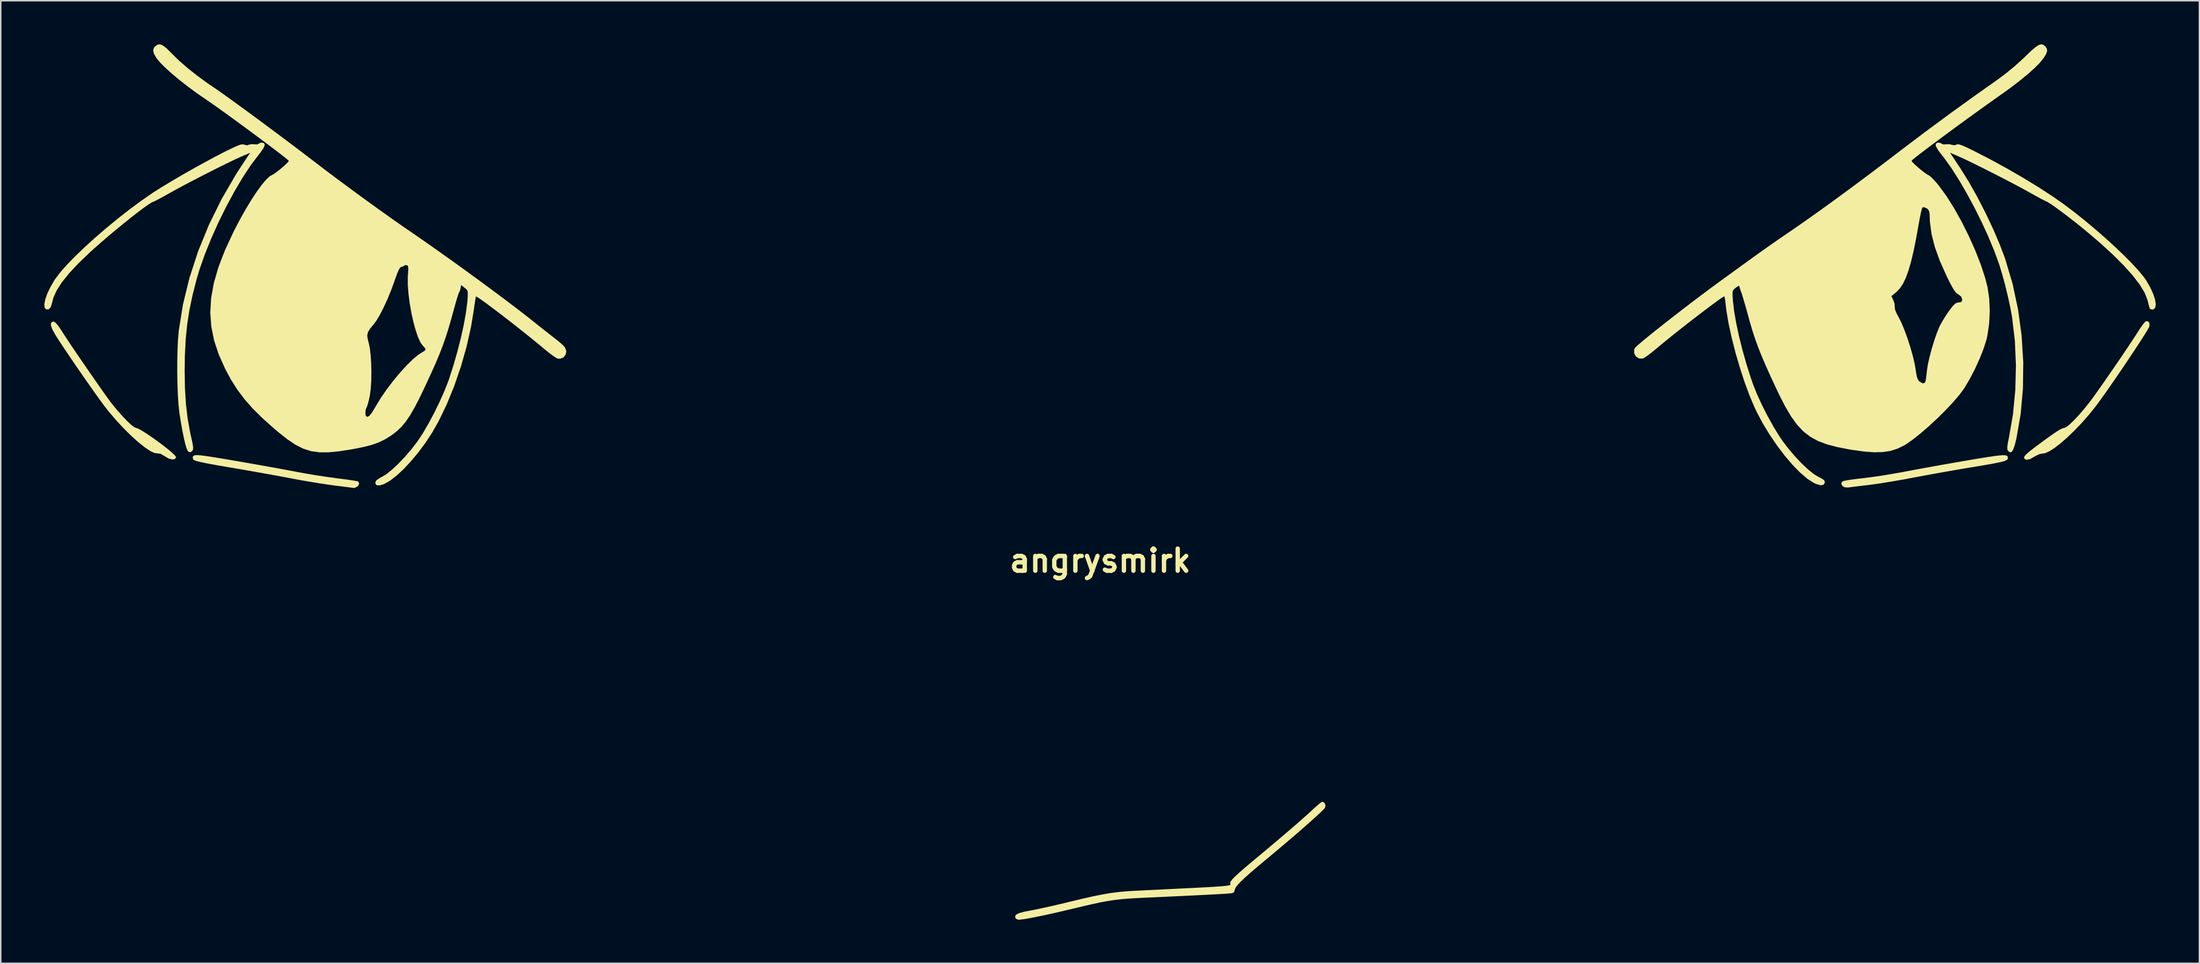
<source format=kicad_pcb>
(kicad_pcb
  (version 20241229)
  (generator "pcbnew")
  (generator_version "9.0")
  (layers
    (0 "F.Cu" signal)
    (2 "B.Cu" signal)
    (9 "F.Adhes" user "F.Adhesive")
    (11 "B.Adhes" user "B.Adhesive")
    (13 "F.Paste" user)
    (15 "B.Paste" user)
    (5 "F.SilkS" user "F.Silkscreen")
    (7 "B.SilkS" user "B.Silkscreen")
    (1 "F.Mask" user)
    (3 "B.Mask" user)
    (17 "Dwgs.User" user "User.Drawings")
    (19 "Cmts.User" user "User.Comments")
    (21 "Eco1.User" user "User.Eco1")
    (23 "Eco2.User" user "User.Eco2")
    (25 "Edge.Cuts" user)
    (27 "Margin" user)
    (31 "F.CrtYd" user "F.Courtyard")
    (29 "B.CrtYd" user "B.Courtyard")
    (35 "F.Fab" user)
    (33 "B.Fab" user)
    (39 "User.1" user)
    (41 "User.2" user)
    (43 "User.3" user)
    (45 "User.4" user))
  (footprint "angrysmirk"
    (layer "F.Cu")
    (at 72.628 35.556)
    (property "Reference" "angrysmirk" (at 0 0 0) (layer "F.SilkS") (effects (font (size 1.524 1.524) (thickness 0.3))))
    (attr board_only exclude_from_pos_files exclude_from_bom)
    (fp_poly (pts (xy -61.856 -7.252) (xy -61.525 -7.209) (xy -61.151 -7.152) (xy -60.64 -7.069) (xy -60.021 -6.966) (xy -59.324 -6.847) (xy -58.579 -6.717) (xy -57.815 -6.582) (xy -57.062 -6.448) (xy -56.349 -6.318) (xy -55.707 -6.199) (xy -55.167 -6.096) (xy -54.59 -5.991) (xy -53.92 -5.88) (xy -53.234 -5.775) (xy -52.608 -5.689) (xy -52.507 -5.676) (xy -52.038 -5.616) (xy -51.628 -5.559) (xy -51.307 -5.51) (xy -51.104 -5.473) (xy -51.049 -5.457) (xy -50.972 -5.332) (xy -51.022 -5.178) (xy -51.134 -5.083) (xy -51.275 -5.017) (xy -51.325 -5.005) (xy -51.415 -5.018) (xy -51.642 -5.048) (xy -51.979 -5.091) (xy -52.395 -5.143) (xy -52.626 -5.171) (xy -53.121 -5.239) (xy -53.73 -5.332) (xy -54.402 -5.442) (xy -55.084 -5.561) (xy -55.724 -5.681) (xy -55.727 -5.681) (xy -56.338 -5.797) (xy -57.067 -5.931) (xy -57.865 -6.074) (xy -58.682 -6.218) (xy -59.47 -6.354) (xy -59.927 -6.432) (xy -60.67 -6.559) (xy -61.259 -6.665) (xy -61.708 -6.753) (xy -62.032 -6.826) (xy -62.245 -6.889) (xy -62.361 -6.942) (xy -62.389 -6.969) (xy -62.427 -7.128) (xy -62.372 -7.211) (xy -62.283 -7.259) (xy -62.122 -7.272)) (stroke (width 0) (type solid)) (fill yes) (layer "F.SilkS"))
    (fp_poly (pts (xy 62.237 -7.261) (xy 62.348 -7.238) (xy 62.408 -7.196) (xy 62.434 -7.136) (xy 62.438 -7.071) (xy 62.425 -7.003) (xy 62.375 -6.944) (xy 62.271 -6.887) (xy 62.094 -6.829) (xy 61.828 -6.766) (xy 61.456 -6.692) (xy 60.959 -6.603) (xy 60.32 -6.495) (xy 59.932 -6.431) (xy 59.2 -6.308) (xy 58.386 -6.166) (xy 57.547 -6.018) (xy 56.745 -5.872) (xy 56.037 -5.739) (xy 55.895 -5.712) (xy 55.258 -5.593) (xy 54.595 -5.477) (xy 53.952 -5.371) (xy 53.374 -5.283) (xy 52.908 -5.219) (xy 52.837 -5.211) (xy 52.394 -5.159) (xy 51.996 -5.11) (xy 51.681 -5.071) (xy 51.488 -5.044) (xy 51.469 -5.041) (xy 51.242 -5.053) (xy 51.094 -5.114) (xy 50.99 -5.261) (xy 50.994 -5.359) (xy 51.021 -5.413) (xy 51.072 -5.456) (xy 51.169 -5.494) (xy 51.335 -5.531) (xy 51.592 -5.571) (xy 51.963 -5.62) (xy 52.469 -5.681) (xy 52.742 -5.714) (xy 53.232 -5.778) (xy 53.827 -5.868) (xy 54.467 -5.973) (xy 55.091 -6.083) (xy 55.376 -6.136) (xy 55.934 -6.242) (xy 56.606 -6.366) (xy 57.336 -6.499) (xy 58.071 -6.63) (xy 58.757 -6.75) (xy 58.828 -6.762) (xy 59.699 -6.913) (xy 60.418 -7.034) (xy 60.999 -7.129) (xy 61.457 -7.197) (xy 61.806 -7.241) (xy 62.061 -7.262)) (stroke (width 0) (type solid)) (fill yes) (layer "F.SilkS"))
    (fp_poly (pts (xy -71.858 -16.389) (xy -71.658 -16.155) (xy -71.499 -15.917) (xy -71.285 -15.584) (xy -71.001 -15.154) (xy -70.664 -14.651) (xy -70.29 -14.098) (xy -69.894 -13.519) (xy -69.494 -12.938) (xy -69.105 -12.378) (xy -68.744 -11.862) (xy -68.426 -11.413) (xy -68.169 -11.056) (xy -67.987 -10.814) (xy -67.971 -10.795) (xy -67.601 -10.345) (xy -67.242 -9.94) (xy -66.915 -9.598) (xy -66.638 -9.34) (xy -66.429 -9.183) (xy -66.326 -9.144) (xy -66.179 -9.096) (xy -65.935 -8.963) (xy -65.618 -8.765) (xy -65.256 -8.521) (xy -64.874 -8.249) (xy -64.498 -7.968) (xy -64.153 -7.698) (xy -63.865 -7.457) (xy -63.661 -7.264) (xy -63.565 -7.138) (xy -63.562 -7.116) (xy -63.655 -6.993) (xy -63.845 -6.97) (xy -64.092 -7.043) (xy -64.328 -7.185) (xy -64.627 -7.361) (xy -64.851 -7.388) (xy -65.069 -7.421) (xy -65.375 -7.573) (xy -65.753 -7.83) (xy -66.185 -8.178) (xy -66.656 -8.603) (xy -67.15 -9.091) (xy -67.649 -9.627) (xy -68.138 -10.197) (xy -68.314 -10.414) (xy -68.541 -10.711) (xy -68.843 -11.123) (xy -69.203 -11.626) (xy -69.604 -12.194) (xy -70.027 -12.801) (xy -70.455 -13.422) (xy -70.87 -14.031) (xy -71.254 -14.603) (xy -71.591 -15.113) (xy -71.854 -15.521) (xy -72.073 -15.914) (xy -72.177 -16.207) (xy -72.162 -16.393) (xy -72.029 -16.467) (xy -72.004 -16.468)) (stroke (width 0) (type solid)) (fill yes) (layer "F.SilkS"))
    (fp_poly (pts (xy 72.087 -16.481) (xy 72.178 -16.35) (xy 72.174 -16.135) (xy 72.173 -16.133) (xy 72.111 -16.005) (xy 71.965 -15.757) (xy 71.747 -15.408) (xy 71.47 -14.978) (xy 71.146 -14.485) (xy 70.79 -13.948) (xy 70.413 -13.386) (xy 70.028 -12.819) (xy 69.648 -12.266) (xy 69.285 -11.745) (xy 68.954 -11.275) (xy 68.665 -10.877) (xy 68.478 -10.626) (xy 68.015 -10.049) (xy 67.525 -9.49) (xy 67.024 -8.966) (xy 66.531 -8.492) (xy 66.062 -8.082) (xy 65.634 -7.752) (xy 65.264 -7.518) (xy 64.971 -7.394) (xy 64.84 -7.379) (xy 64.605 -7.337) (xy 64.327 -7.203) (xy 64.274 -7.169) (xy 63.956 -6.991) (xy 63.718 -6.946) (xy 63.599 -6.999) (xy 63.553 -7.08) (xy 63.578 -7.18) (xy 63.69 -7.316) (xy 63.904 -7.506) (xy 64.236 -7.765) (xy 64.456 -7.93) (xy 65.002 -8.333) (xy 65.431 -8.642) (xy 65.759 -8.866) (xy 66.002 -9.018) (xy 66.177 -9.106) (xy 66.299 -9.142) (xy 66.33 -9.144) (xy 66.472 -9.209) (xy 66.695 -9.389) (xy 66.981 -9.664) (xy 67.31 -10.015) (xy 67.661 -10.42) (xy 68.016 -10.861) (xy 68.102 -10.973) (xy 68.329 -11.28) (xy 68.63 -11.701) (xy 68.986 -12.207) (xy 69.378 -12.772) (xy 69.788 -13.367) (xy 70.196 -13.965) (xy 70.582 -14.537) (xy 70.929 -15.057) (xy 71.217 -15.496) (xy 71.396 -15.777) (xy 71.591 -16.075) (xy 71.765 -16.314) (xy 71.893 -16.46) (xy 71.929 -16.487)) (stroke (width 0) (type solid)) (fill yes) (layer "F.SilkS"))
    (fp_poly (pts (xy 15.425 16.665) (xy 15.498 16.828) (xy 15.466 17.009) (xy 15.369 17.124) (xy 15.155 17.335) (xy 14.839 17.628) (xy 14.434 17.992) (xy 13.956 18.414) (xy 13.417 18.882) (xy 12.832 19.383) (xy 12.216 19.904) (xy 11.582 20.434) (xy 11.512 20.492) (xy 10.865 21.032) (xy 10.344 21.479) (xy 9.937 21.842) (xy 9.636 22.131) (xy 9.429 22.355) (xy 9.307 22.524) (xy 9.261 22.648) (xy 9.26 22.667) (xy 9.196 22.837) (xy 9.068 22.894) (xy 8.934 22.908) (xy 8.656 22.929) (xy 8.23 22.955) (xy 7.655 22.986) (xy 6.925 23.023) (xy 6.038 23.067) (xy 4.989 23.117) (xy 3.776 23.173) (xy 3.186 23.2) (xy 2.507 23.233) (xy 1.933 23.267) (xy 1.431 23.309) (xy 0.964 23.363) (xy 0.5 23.435) (xy 0.003 23.528) (xy -0.562 23.65) (xy -1.228 23.804) (xy -1.869 23.958) (xy -2.742 24.165) (xy -3.533 24.343) (xy -4.224 24.491) (xy -4.803 24.605) (xy -5.253 24.683) (xy -5.559 24.719) (xy -5.631 24.722) (xy -5.786 24.657) (xy -5.833 24.589) (xy -5.842 24.456) (xy -5.744 24.345) (xy -5.522 24.248) (xy -5.16 24.156) (xy -4.8 24.088) (xy -4.456 24.022) (xy -3.987 23.923) (xy -3.434 23.8) (xy -2.834 23.662) (xy -2.229 23.517) (xy -2.094 23.484) (xy -1.22 23.274) (xy -0.478 23.107) (xy 0.165 22.977) (xy 0.741 22.881) (xy 1.28 22.811) (xy 1.815 22.762) (xy 2.251 22.736) (xy 2.579 22.72) (xy 3.045 22.696) (xy 3.619 22.668) (xy 4.268 22.636) (xy 4.962 22.602) (xy 5.67 22.567) (xy 5.819 22.56) (xy 6.649 22.518) (xy 7.325 22.483) (xy 7.861 22.451) (xy 8.271 22.423) (xy 8.571 22.396) (xy 8.776 22.37) (xy 8.9 22.342) (xy 8.959 22.312) (xy 8.967 22.278) (xy 8.961 22.265) (xy 8.942 22.19) (xy 8.977 22.09) (xy 9.077 21.953) (xy 9.256 21.765) (xy 9.525 21.515) (xy 9.897 21.19) (xy 10.383 20.778) (xy 10.639 20.564) (xy 11.519 19.828) (xy 12.278 19.188) (xy 12.929 18.633) (xy 13.484 18.155) (xy 13.955 17.741) (xy 14.353 17.383) (xy 14.586 17.167) (xy 14.853 16.924) (xy 15.079 16.732) (xy 15.231 16.617) (xy 15.276 16.595)) (stroke (width 0) (type solid)) (fill yes) (layer "F.SilkS"))
    (fp_poly (pts (xy 57.836 -28.75) (xy 57.892 -28.705) (xy 58.002 -28.661) (xy 58.186 -28.671) (xy 58.417 -28.679) (xy 58.58 -28.635) (xy 58.784 -28.602) (xy 58.885 -28.646) (xy 58.975 -28.674) (xy 59.111 -28.656) (xy 59.318 -28.584) (xy 59.623 -28.448) (xy 60.026 -28.252) (xy 61.198 -27.65) (xy 62.374 -27.007) (xy 63.521 -26.344) (xy 64.603 -25.681) (xy 65.586 -25.038) (xy 66.237 -24.581) (xy 66.943 -24.052) (xy 67.669 -23.475) (xy 68.397 -22.868) (xy 69.109 -22.248) (xy 69.786 -21.632) (xy 70.41 -21.036) (xy 70.964 -20.478) (xy 71.427 -19.974) (xy 71.783 -19.542) (xy 71.942 -19.316) (xy 72.225 -18.829) (xy 72.435 -18.375) (xy 72.566 -17.975) (xy 72.614 -17.648) (xy 72.575 -17.415) (xy 72.443 -17.296) (xy 72.406 -17.288) (xy 72.235 -17.324) (xy 72.181 -17.415) (xy 72.136 -17.586) (xy 72.069 -17.844) (xy 72.033 -17.981) (xy 71.843 -18.458) (xy 71.509 -19.01) (xy 71.032 -19.632) (xy 70.418 -20.319) (xy 69.671 -21.066) (xy 68.794 -21.869) (xy 68.007 -22.544) (xy 67.52 -22.946) (xy 67.023 -23.343) (xy 66.538 -23.721) (xy 66.088 -24.061) (xy 65.694 -24.349) (xy 65.378 -24.567) (xy 65.161 -24.7) (xy 65.105 -24.726) (xy 64.963 -24.793) (xy 64.709 -24.926) (xy 64.376 -25.107) (xy 64.001 -25.316) (xy 63.955 -25.342) (xy 63.518 -25.584) (xy 62.981 -25.871) (xy 62.376 -26.189) (xy 61.734 -26.52) (xy 61.086 -26.849) (xy 60.464 -27.161) (xy 59.899 -27.439) (xy 59.421 -27.668) (xy 59.068 -27.829) (xy 58.46 -28.093) (xy 59.168 -27.022) (xy 59.749 -26.09) (xy 60.336 -25.046) (xy 60.905 -23.94) (xy 61.434 -22.819) (xy 61.898 -21.731) (xy 62.255 -20.778) (xy 62.761 -19.073) (xy 63.139 -17.302) (xy 63.385 -15.491) (xy 63.498 -13.668) (xy 63.476 -11.86) (xy 63.318 -10.094) (xy 63.031 -8.438) (xy 62.915 -7.966) (xy 62.806 -7.653) (xy 62.697 -7.488) (xy 62.581 -7.461) (xy 62.451 -7.562) (xy 62.443 -7.572) (xy 62.401 -7.67) (xy 62.399 -7.84) (xy 62.438 -8.112) (xy 62.514 -8.486) (xy 62.79 -10.076) (xy 62.95 -11.747) (xy 62.994 -13.453) (xy 62.919 -15.149) (xy 62.729 -16.764) (xy 62.605 -17.443) (xy 62.437 -18.215) (xy 62.241 -19.017) (xy 62.031 -19.784) (xy 61.827 -20.443) (xy 61.497 -21.349) (xy 61.094 -22.317) (xy 60.636 -23.316) (xy 60.137 -24.317) (xy 59.614 -25.289) (xy 59.083 -26.201) (xy 58.56 -27.023) (xy 58.06 -27.724) (xy 57.874 -27.961) (xy 57.612 -28.31) (xy 57.481 -28.56) (xy 57.48 -28.715) (xy 57.607 -28.783) (xy 57.673 -28.787)) (stroke (width 0) (type solid)) (fill yes) (layer "F.SilkS"))
    (fp_poly (pts (xy -57.507 -28.746) (xy -57.467 -28.621) (xy -57.555 -28.404) (xy -57.773 -28.09) (xy -57.883 -27.952) (xy -58.43 -27.227) (xy -58.996 -26.366) (xy -59.566 -25.402) (xy -60.124 -24.363) (xy -60.657 -23.281) (xy -61.148 -22.186) (xy -61.582 -21.109) (xy -61.944 -20.081) (xy -62.145 -19.41) (xy -62.43 -18.297) (xy -62.648 -17.258) (xy -62.805 -16.245) (xy -62.907 -15.207) (xy -62.962 -14.095) (xy -62.976 -13.081) (xy -62.956 -11.879) (xy -62.889 -10.799) (xy -62.772 -9.801) (xy -62.601 -8.842) (xy -62.512 -8.442) (xy -62.43 -8.064) (xy -62.393 -7.814) (xy -62.4 -7.659) (xy -62.441 -7.575) (xy -62.582 -7.461) (xy -62.712 -7.506) (xy -62.769 -7.567) (xy -62.84 -7.72) (xy -62.928 -8.017) (xy -63.026 -8.431) (xy -63.129 -8.938) (xy -63.232 -9.512) (xy -63.329 -10.128) (xy -63.34 -10.202) (xy -63.398 -10.733) (xy -63.442 -11.393) (xy -63.471 -12.141) (xy -63.485 -12.937) (xy -63.484 -13.741) (xy -63.467 -14.513) (xy -63.434 -15.213) (xy -63.384 -15.8) (xy -63.381 -15.833) (xy -63.093 -17.64) (xy -62.647 -19.469) (xy -62.051 -21.301) (xy -61.31 -23.118) (xy -60.433 -24.902) (xy -59.426 -26.633) (xy -59.038 -27.232) (xy -58.468 -28.09) (xy -59.072 -27.829) (xy -59.443 -27.661) (xy -59.932 -27.427) (xy -60.508 -27.144) (xy -61.141 -26.826) (xy -61.8 -26.49) (xy -62.454 -26.15) (xy -63.073 -25.824) (xy -63.625 -25.526) (xy -63.981 -25.328) (xy -64.366 -25.113) (xy -64.698 -24.932) (xy -64.951 -24.799) (xy -65.095 -24.729) (xy -65.116 -24.723) (xy -65.243 -24.669) (xy -65.479 -24.518) (xy -65.808 -24.284) (xy -66.212 -23.98) (xy -66.673 -23.621) (xy -67.172 -23.221) (xy -67.693 -22.794) (xy -68.218 -22.355) (xy -68.728 -21.916) (xy -69.207 -21.493) (xy -69.498 -21.229) (xy -70.284 -20.473) (xy -70.924 -19.788) (xy -71.422 -19.168) (xy -71.782 -18.608) (xy -72.009 -18.101) (xy -72.091 -17.772) (xy -72.18 -17.474) (xy -72.32 -17.311) (xy -72.499 -17.3) (xy -72.504 -17.302) (xy -72.611 -17.427) (xy -72.628 -17.667) (xy -72.563 -17.999) (xy -72.421 -18.398) (xy -72.21 -18.842) (xy -71.938 -19.308) (xy -71.867 -19.414) (xy -71.527 -19.863) (xy -71.064 -20.387) (xy -70.496 -20.971) (xy -69.844 -21.597) (xy -69.125 -22.249) (xy -68.359 -22.909) (xy -67.564 -23.562) (xy -66.761 -24.191) (xy -65.967 -24.778) (xy -65.203 -25.307) (xy -65.029 -25.422) (xy -64.489 -25.762) (xy -63.836 -26.156) (xy -63.108 -26.581) (xy -62.344 -27.015) (xy -61.583 -27.436) (xy -60.864 -27.823) (xy -60.225 -28.153) (xy -60.123 -28.204) (xy -59.679 -28.42) (xy -59.359 -28.565) (xy -59.14 -28.646) (xy -58.995 -28.673) (xy -58.901 -28.655) (xy -58.885 -28.646) (xy -58.68 -28.598) (xy -58.58 -28.635) (xy -58.387 -28.682) (xy -58.186 -28.671) (xy -57.995 -28.662) (xy -57.892 -28.705) (xy -57.774 -28.773) (xy -57.673 -28.787)) (stroke (width 0) (type solid)) (fill yes) (layer "F.SilkS"))
    (fp_poly (pts (xy -64.467 -35.472) (xy -64.219 -35.278) (xy -63.898 -34.96) (xy -63.832 -34.891) (xy -63.349 -34.419) (xy -62.751 -33.901) (xy -62.076 -33.368) (xy -61.363 -32.849) (xy -60.994 -32.599) (xy -60.686 -32.389) (xy -60.262 -32.089) (xy -59.741 -31.715) (xy -59.14 -31.278) (xy -58.479 -30.794) (xy -57.777 -30.276) (xy -57.051 -29.737) (xy -56.321 -29.192) (xy -55.606 -28.655) (xy -54.923 -28.138) (xy -54.292 -27.656) (xy -54.113 -27.519) (xy -53.279 -26.883) (xy -52.376 -26.204) (xy -51.434 -25.507) (xy -50.486 -24.813) (xy -49.562 -24.146) (xy -48.695 -23.528) (xy -47.915 -22.983) (xy -47.614 -22.777) (xy -46.729 -22.166) (xy -45.779 -21.501) (xy -44.79 -20.798) (xy -43.785 -20.075) (xy -42.788 -19.349) (xy -41.823 -18.637) (xy -40.913 -17.957) (xy -40.083 -17.327) (xy -39.356 -16.764) (xy -38.99 -16.473) (xy -38.581 -16.147) (xy -38.174 -15.824) (xy -37.807 -15.535) (xy -37.518 -15.311) (xy -37.43 -15.243) (xy -37.165 -15.029) (xy -36.942 -14.825) (xy -36.808 -14.675) (xy -36.807 -14.673) (xy -36.722 -14.419) (xy -36.772 -14.178) (xy -36.926 -13.992) (xy -37.156 -13.904) (xy -37.324 -13.917) (xy -37.463 -13.989) (xy -37.694 -14.149) (xy -37.983 -14.37) (xy -38.23 -14.572) (xy -38.654 -14.926) (xy -39.129 -15.314) (xy -39.638 -15.722) (xy -40.164 -16.139) (xy -40.69 -16.55) (xy -41.198 -16.943) (xy -41.673 -17.304) (xy -42.096 -17.621) (xy -42.451 -17.881) (xy -42.721 -18.07) (xy -42.889 -18.175) (xy -42.938 -18.191) (xy -42.96 -18.099) (xy -42.997 -17.879) (xy -43.042 -17.569) (xy -43.064 -17.399) (xy -43.282 -16.075) (xy -43.59 -14.713) (xy -43.979 -13.351) (xy -44.435 -12.023) (xy -44.947 -10.764) (xy -45.503 -9.611) (xy -45.953 -8.817) (xy -46.407 -8.124) (xy -46.895 -7.465) (xy -47.399 -6.858) (xy -47.903 -6.318) (xy -48.39 -5.864) (xy -48.843 -5.513) (xy -49.246 -5.283) (xy -49.49 -5.201) (xy -49.687 -5.185) (xy -49.802 -5.215) (xy -49.873 -5.375) (xy -49.776 -5.543) (xy -49.514 -5.718) (xy -49.42 -5.764) (xy -49.1 -5.958) (xy -48.713 -6.27) (xy -48.282 -6.673) (xy -47.833 -7.144) (xy -47.392 -7.657) (xy -46.981 -8.187) (xy -46.946 -8.236) (xy -46.588 -8.779) (xy -46.203 -9.439) (xy -45.813 -10.172) (xy -45.441 -10.934) (xy -45.108 -11.68) (xy -44.839 -12.365) (xy -44.781 -12.531) (xy -44.485 -13.455) (xy -44.213 -14.406) (xy -43.974 -15.347) (xy -43.776 -16.244) (xy -43.628 -17.063) (xy -43.537 -17.767) (xy -43.526 -17.89) (xy -43.502 -18.236) (xy -43.499 -18.456) (xy -43.528 -18.593) (xy -43.598 -18.69) (xy -43.717 -18.789) (xy -43.962 -18.982) (xy -43.991 -18.783) (xy -44.041 -18.591) (xy -44.088 -18.5) (xy -44.136 -18.388) (xy -44.215 -18.149) (xy -44.314 -17.816) (xy -44.418 -17.441) (xy -44.631 -16.667) (xy -44.826 -15.994) (xy -45.018 -15.387) (xy -45.22 -14.812) (xy -45.444 -14.233) (xy -45.703 -13.615) (xy -46.012 -12.922) (xy -46.383 -12.12) (xy -46.454 -11.967) (xy -46.83 -11.184) (xy -47.164 -10.54) (xy -47.468 -10.014) (xy -47.758 -9.585) (xy -48.049 -9.233) (xy -48.354 -8.937) (xy -48.688 -8.677) (xy -48.823 -8.585) (xy -49.219 -8.343) (xy -49.619 -8.149) (xy -50.061 -7.989) (xy -50.584 -7.849) (xy -51.224 -7.716) (xy -51.487 -7.669) (xy -52.35 -7.533) (xy -53.083 -7.462) (xy -53.72 -7.463) (xy -54.289 -7.545) (xy -54.824 -7.716) (xy -55.355 -7.985) (xy -55.914 -8.36) (xy -56.532 -8.85) (xy -56.809 -9.084) (xy -57.614 -9.804) (xy -57.999 -10.185) (xy -50.545 -10.185) (xy -50.521 -9.985) (xy -50.435 -9.91) (xy -50.391 -9.906) (xy -50.269 -9.976) (xy -50.098 -10.191) (xy -49.874 -10.556) (xy -49.832 -10.631) (xy -49.493 -11.192) (xy -49.092 -11.775) (xy -48.652 -12.356) (xy -48.194 -12.911) (xy -47.739 -13.414) (xy -47.308 -13.841) (xy -46.923 -14.167) (xy -46.642 -14.349) (xy -46.448 -14.465) (xy -46.402 -14.569) (xy -46.497 -14.707) (xy -46.591 -14.799) (xy -46.761 -15.037) (xy -46.932 -15.415) (xy -47.097 -15.904) (xy -47.25 -16.474) (xy -47.386 -17.095) (xy -47.497 -17.738) (xy -47.579 -18.375) (xy -47.625 -18.974) (xy -47.628 -19.508) (xy -47.613 -19.737) (xy -47.589 -20.047) (xy -47.597 -20.229) (xy -47.643 -20.32) (xy -47.689 -20.347) (xy -47.829 -20.35) (xy -47.872 -20.316) (xy -47.991 -20.245) (xy -48.066 -20.235) (xy -48.146 -20.191) (xy -48.24 -20.044) (xy -48.356 -19.777) (xy -48.503 -19.368) (xy -48.537 -19.27) (xy -48.768 -18.634) (xy -49.025 -18.008) (xy -49.293 -17.424) (xy -49.555 -16.915) (xy -49.797 -16.512) (xy -49.964 -16.289) (xy -50.22 -15.979) (xy -50.366 -15.737) (xy -50.418 -15.515) (xy -50.387 -15.266) (xy -50.33 -15.063) (xy -50.246 -14.689) (xy -50.185 -14.191) (xy -50.146 -13.613) (xy -50.13 -12.998) (xy -50.14 -12.391) (xy -50.175 -11.834) (xy -50.237 -11.372) (xy -50.244 -11.336) (xy -50.318 -11.002) (xy -50.391 -10.732) (xy -50.451 -10.569) (xy -50.466 -10.545) (xy -50.521 -10.411) (xy -50.545 -10.195) (xy -50.545 -10.185) (xy -57.999 -10.185) (xy -58.292 -10.475) (xy -58.867 -11.128) (xy -59.364 -11.792) (xy -59.806 -12.495) (xy -60.183 -13.196) (xy -60.628 -14.19) (xy -60.949 -15.159) (xy -61.144 -16.121) (xy -61.213 -17.091) (xy -61.155 -18.086) (xy -60.968 -19.12) (xy -60.652 -20.21) (xy -60.205 -21.372) (xy -59.626 -22.622) (xy -59.555 -22.765) (xy -59.169 -23.503) (xy -58.778 -24.199) (xy -58.393 -24.836) (xy -58.024 -25.397) (xy -57.683 -25.866) (xy -57.382 -26.227) (xy -57.131 -26.463) (xy -56.979 -26.55) (xy -56.84 -26.627) (xy -56.629 -26.778) (xy -56.385 -26.972) (xy -56.145 -27.178) (xy -55.947 -27.362) (xy -55.829 -27.495) (xy -55.812 -27.532) (xy -55.878 -27.598) (xy -56.064 -27.751) (xy -56.354 -27.978) (xy -56.73 -28.266) (xy -57.175 -28.603) (xy -57.673 -28.976) (xy -58.205 -29.372) (xy -58.755 -29.779) (xy -59.306 -30.184) (xy -59.84 -30.573) (xy -60.341 -30.936) (xy -60.791 -31.258) (xy -61.174 -31.528) (xy -61.472 -31.732) (xy -61.504 -31.753) (xy -62.117 -32.175) (xy -62.726 -32.623) (xy -63.308 -33.078) (xy -63.839 -33.521) (xy -64.296 -33.931) (xy -64.657 -34.291) (xy -64.897 -34.58) (xy -64.902 -34.586) (xy -65.089 -34.904) (xy -65.146 -35.144) (xy -65.078 -35.336) (xy -65.001 -35.42) (xy -64.835 -35.533) (xy -64.665 -35.554)) (stroke (width 0) (type solid)) (fill yes) (layer "F.SilkS"))
    (fp_poly (pts (xy 64.865 -35.528) (xy 64.998 -35.424) (xy 65.016 -35.405) (xy 65.125 -35.245) (xy 65.139 -35.076) (xy 65.052 -34.858) (xy 64.896 -34.604) (xy 64.647 -34.295) (xy 64.272 -33.916) (xy 63.79 -33.485) (xy 63.219 -33.017) (xy 62.58 -32.53) (xy 62.109 -32.192) (xy 61.534 -31.786) (xy 60.921 -31.348) (xy 60.283 -30.89) (xy 59.636 -30.421) (xy 58.995 -29.953) (xy 58.373 -29.496) (xy 57.786 -29.062) (xy 57.248 -28.662) (xy 56.774 -28.305) (xy 56.379 -28.003) (xy 56.077 -27.767) (xy 55.883 -27.608) (xy 55.812 -27.537) (xy 55.812 -27.536) (xy 55.874 -27.442) (xy 56.035 -27.28) (xy 56.257 -27.08) (xy 56.503 -26.876) (xy 56.734 -26.698) (xy 56.914 -26.579) (xy 56.973 -26.552) (xy 57.102 -26.463) (xy 57.301 -26.272) (xy 57.537 -26.011) (xy 57.678 -25.842) (xy 58.202 -25.125) (xy 58.733 -24.283) (xy 59.254 -23.351) (xy 59.746 -22.368) (xy 60.192 -21.37) (xy 60.575 -20.394) (xy 60.875 -19.478) (xy 61.043 -18.821) (xy 61.157 -18.042) (xy 61.192 -17.183) (xy 61.15 -16.312) (xy 61.031 -15.498) (xy 60.963 -15.207) (xy 60.771 -14.602) (xy 60.5 -13.915) (xy 60.175 -13.201) (xy 59.819 -12.513) (xy 59.457 -11.904) (xy 59.404 -11.824) (xy 59.084 -11.394) (xy 58.658 -10.897) (xy 58.155 -10.362) (xy 57.602 -9.814) (xy 57.029 -9.281) (xy 56.464 -8.79) (xy 55.935 -8.367) (xy 55.471 -8.039) (xy 55.302 -7.937) (xy 54.846 -7.714) (xy 54.369 -7.562) (xy 53.846 -7.479) (xy 53.249 -7.464) (xy 52.554 -7.514) (xy 51.732 -7.629) (xy 51.526 -7.663) (xy 50.699 -7.824) (xy 49.989 -8.012) (xy 49.378 -8.243) (xy 48.846 -8.534) (xy 48.375 -8.899) (xy 47.944 -9.356) (xy 47.535 -9.92) (xy 47.128 -10.607) (xy 46.705 -11.434) (xy 46.497 -11.872) (xy 46.1 -12.727) (xy 45.77 -13.463) (xy 45.495 -14.108) (xy 45.262 -14.695) (xy 45.06 -15.252) (xy 44.877 -15.81) (xy 44.702 -16.401) (xy 44.593 -16.794) (xy 44.456 -17.29) (xy 44.329 -17.737) (xy 44.22 -18.108) (xy 44.187 -18.215) (xy 54.428 -18.215) (xy 54.564 -17.929) (xy 54.644 -17.693) (xy 54.66 -17.492) (xy 54.655 -17.472) (xy 54.676 -17.293) (xy 54.792 -17.011) (xy 54.92 -16.776) (xy 55.113 -16.394) (xy 55.322 -15.89) (xy 55.533 -15.31) (xy 55.731 -14.698) (xy 55.9 -14.1) (xy 56.027 -13.561) (xy 56.087 -13.209) (xy 56.146 -12.819) (xy 56.212 -12.563) (xy 56.297 -12.403) (xy 56.356 -12.342) (xy 56.57 -12.212) (xy 56.713 -12.233) (xy 56.782 -12.383) (xy 56.811 -12.567) (xy 56.847 -12.851) (xy 56.875 -13.115) (xy 56.939 -13.529) (xy 57.056 -14.047) (xy 57.208 -14.616) (xy 57.383 -15.187) (xy 57.564 -15.706) (xy 57.737 -16.124) (xy 57.778 -16.208) (xy 57.97 -16.551) (xy 58.212 -16.937) (xy 58.429 -17.251) (xy 58.647 -17.531) (xy 58.81 -17.694) (xy 58.951 -17.768) (xy 59.057 -17.78) (xy 59.231 -17.807) (xy 59.291 -17.917) (xy 59.295 -17.989) (xy 59.231 -18.184) (xy 59.033 -18.334) (xy 58.91 -18.419) (xy 58.785 -18.561) (xy 58.642 -18.785) (xy 58.464 -19.114) (xy 58.236 -19.575) (xy 58.231 -19.585) (xy 57.758 -20.644) (xy 57.412 -21.609) (xy 57.186 -22.496) (xy 57.077 -23.322) (xy 57.066 -23.601) (xy 57.052 -23.903) (xy 57.014 -24.087) (xy 56.934 -24.202) (xy 56.85 -24.265) (xy 56.666 -24.344) (xy 56.566 -24.322) (xy 56.521 -24.212) (xy 56.459 -23.971) (xy 56.389 -23.636) (xy 56.323 -23.277) (xy 56.137 -22.234) (xy 55.958 -21.345) (xy 55.782 -20.599) (xy 55.604 -19.98) (xy 55.42 -19.475) (xy 55.225 -19.071) (xy 55.015 -18.754) (xy 54.785 -18.509) (xy 54.741 -18.472) (xy 54.428 -18.215) (xy 44.187 -18.215) (xy 44.139 -18.372) (xy 44.093 -18.5) (xy 44.014 -18.714) (xy 43.987 -18.825) (xy 43.959 -18.919) (xy 43.891 -18.915) (xy 43.741 -18.808) (xy 43.717 -18.789) (xy 43.598 -18.69) (xy 43.529 -18.594) (xy 43.499 -18.458) (xy 43.501 -18.239) (xy 43.526 -17.896) (xy 43.527 -17.882) (xy 43.608 -17.185) (xy 43.75 -16.368) (xy 43.943 -15.466) (xy 44.18 -14.517) (xy 44.451 -13.554) (xy 44.749 -12.613) (xy 44.909 -12.15) (xy 45.176 -11.478) (xy 45.518 -10.732) (xy 45.909 -9.962) (xy 46.322 -9.22) (xy 46.728 -8.557) (xy 46.958 -8.221) (xy 47.371 -7.68) (xy 47.818 -7.158) (xy 48.271 -6.68) (xy 48.708 -6.271) (xy 49.102 -5.956) (xy 49.423 -5.762) (xy 49.687 -5.627) (xy 49.819 -5.514) (xy 49.85 -5.398) (xy 49.848 -5.381) (xy 49.759 -5.227) (xy 49.558 -5.194) (xy 49.25 -5.283) (xy 49.103 -5.351) (xy 48.655 -5.634) (xy 48.161 -6.054) (xy 47.637 -6.589) (xy 47.101 -7.217) (xy 46.568 -7.918) (xy 46.057 -8.67) (xy 45.583 -9.451) (xy 45.163 -10.241) (xy 45.028 -10.524) (xy 44.679 -11.345) (xy 44.335 -12.276) (xy 44.008 -13.276) (xy 43.708 -14.306) (xy 43.446 -15.327) (xy 43.234 -16.299) (xy 43.083 -17.183) (xy 43.028 -17.632) (xy 42.995 -17.918) (xy 42.961 -18.123) (xy 42.935 -18.203) (xy 42.934 -18.203) (xy 42.837 -18.153) (xy 42.625 -18.01) (xy 42.318 -17.788) (xy 41.933 -17.503) (xy 41.489 -17.167) (xy 41.004 -16.796) (xy 40.496 -16.402) (xy 39.983 -16.001) (xy 39.483 -15.605) (xy 39.016 -15.229) (xy 38.599 -14.888) (xy 38.27 -14.612) (xy 37.954 -14.351) (xy 37.667 -14.132) (xy 37.445 -13.979) (xy 37.325 -13.917) (xy 37.064 -13.925) (xy 36.856 -14.058) (xy 36.734 -14.272) (xy 36.732 -14.525) (xy 36.773 -14.628) (xy 36.869 -14.734) (xy 37.086 -14.929) (xy 37.409 -15.202) (xy 37.822 -15.541) (xy 38.311 -15.933) (xy 38.86 -16.367) (xy 39.454 -16.832) (xy 40.078 -17.315) (xy 40.717 -17.804) (xy 41.355 -18.287) (xy 41.978 -18.753) (xy 42.571 -19.189) (xy 42.73 -19.305) (xy 43.49 -19.856) (xy 44.131 -20.322) (xy 44.674 -20.714) (xy 45.137 -21.048) (xy 45.54 -21.336) (xy 45.901 -21.593) (xy 46.24 -21.831) (xy 46.576 -22.065) (xy 46.928 -22.308) (xy 47.316 -22.573) (xy 47.625 -22.784) (xy 48.534 -23.415) (xy 49.554 -24.14) (xy 50.664 -24.944) (xy 51.844 -25.814) (xy 53.075 -26.733) (xy 54.337 -27.689) (xy 55.056 -28.24) (xy 56.721 -29.5) (xy 58.481 -30.8) (xy 60.282 -32.099) (xy 61.674 -33.082) (xy 62.289 -33.54) (xy 62.918 -34.057) (xy 63.488 -34.573) (xy 63.611 -34.692) (xy 64.006 -35.074) (xy 64.31 -35.338) (xy 64.54 -35.496) (xy 64.719 -35.556)) (stroke (width 0) (type solid)) (fill yes) (layer "F.SilkS")))
  (gr_rect
    (start -3 -3)
    (end 148.242 63.278)
    (stroke (width 0.1) (type default))
    (fill no)
    (layer "Edge.Cuts")))
</source>
